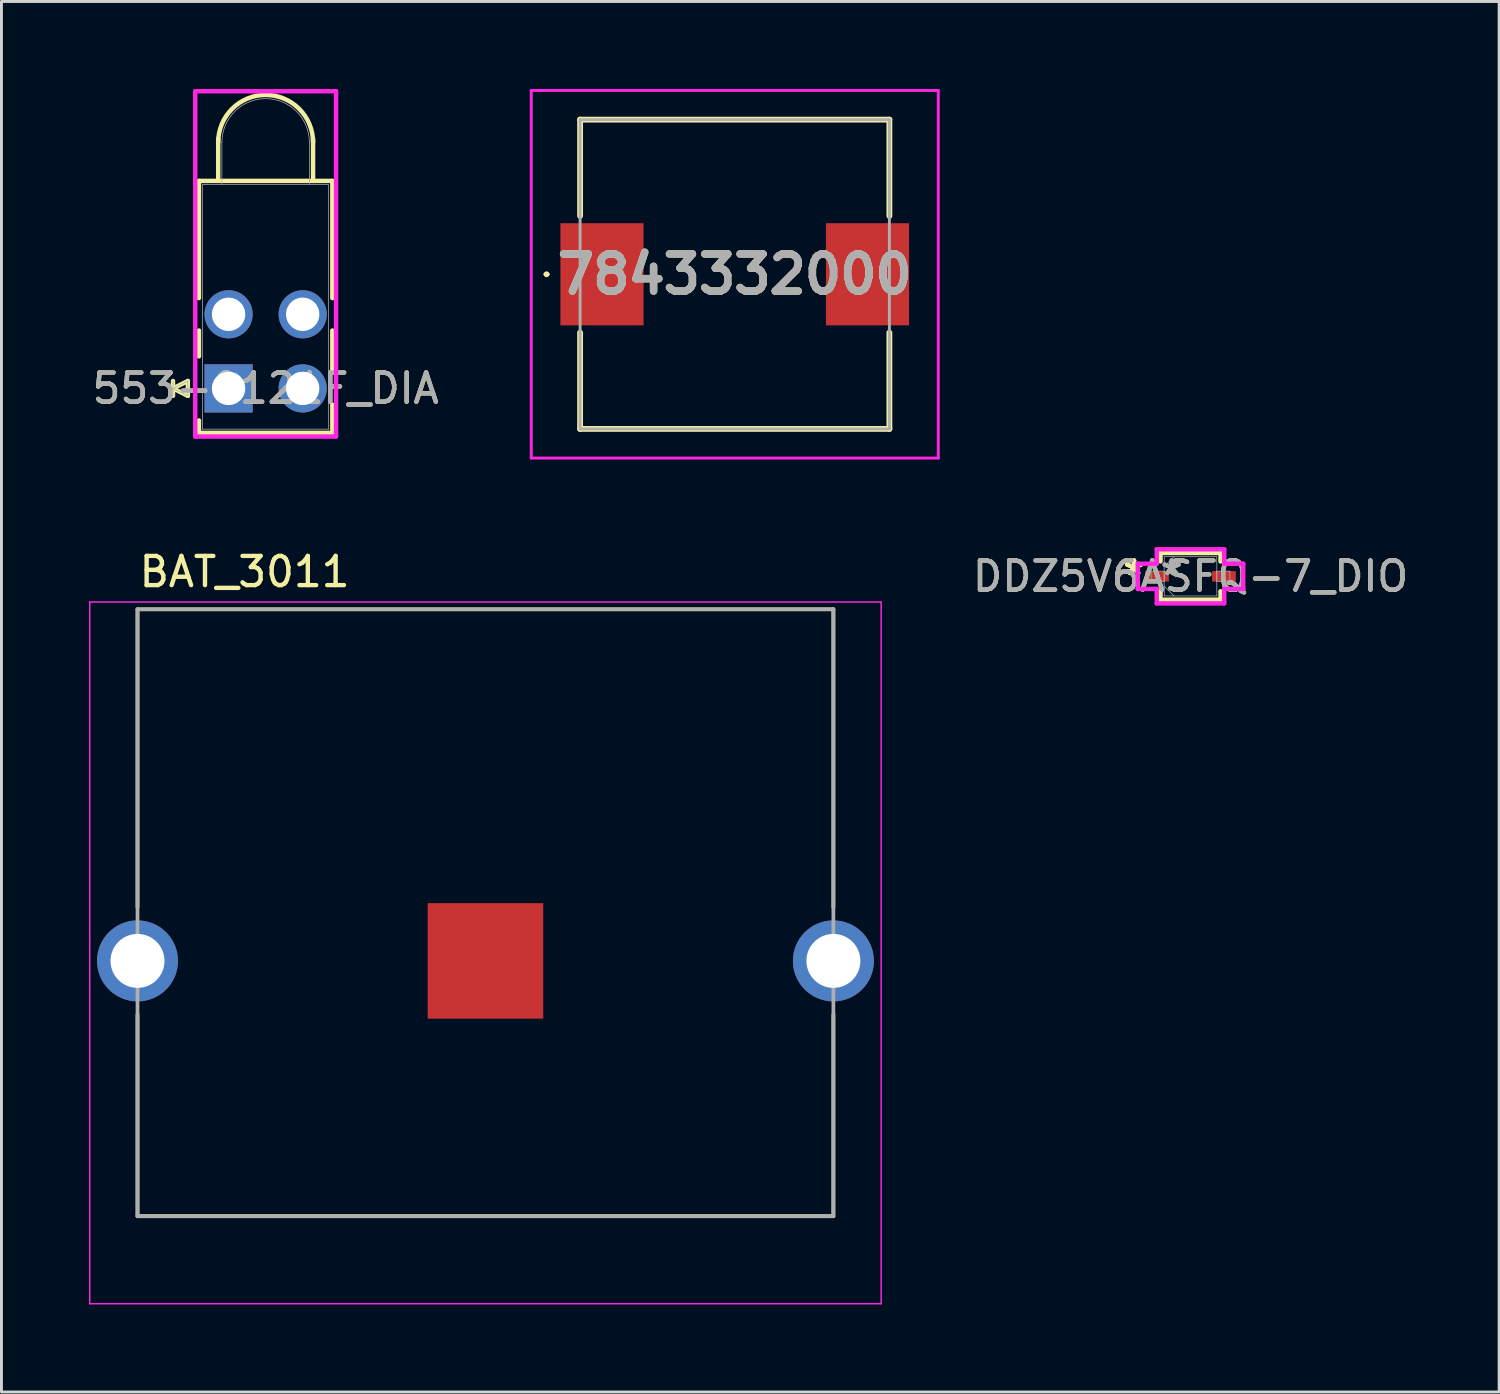
<source format=kicad_pcb>
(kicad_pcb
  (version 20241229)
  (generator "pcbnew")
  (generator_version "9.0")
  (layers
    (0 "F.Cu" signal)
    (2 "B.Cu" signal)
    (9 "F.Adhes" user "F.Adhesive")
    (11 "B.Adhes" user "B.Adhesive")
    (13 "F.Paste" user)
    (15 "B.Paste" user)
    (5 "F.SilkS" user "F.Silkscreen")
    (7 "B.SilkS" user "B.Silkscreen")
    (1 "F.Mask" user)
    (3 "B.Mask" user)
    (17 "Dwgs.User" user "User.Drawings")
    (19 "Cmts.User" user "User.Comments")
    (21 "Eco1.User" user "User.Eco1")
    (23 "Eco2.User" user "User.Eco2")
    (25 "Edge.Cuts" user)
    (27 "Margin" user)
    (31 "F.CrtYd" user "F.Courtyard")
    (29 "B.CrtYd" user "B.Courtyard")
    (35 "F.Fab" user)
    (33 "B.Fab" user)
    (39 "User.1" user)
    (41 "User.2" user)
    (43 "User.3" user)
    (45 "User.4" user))
  (footprint "DDZ5V6ASFQ-7_DIO"
    (layer "F.Cu")
    (at 37.752 16.703)
    (property "Reference" "DDZ5V6ASFQ-7_DIO" (at 0 0 0) (unlocked yes) (layer "F.SilkS") (effects (font (size 1 1) (thickness 0.15))))
    (attr smd)
    (fp_line (start -1.029 -0.8) (end -1.029 -0.511) (stroke (width 0.152) (type solid)) (layer "F.SilkS"))
    (fp_line (start -1.029 0.511) (end -1.029 0.8) (stroke (width 0.152) (type solid)) (layer "F.SilkS"))
    (fp_line (start -1.029 0.8) (end 1.029 0.8) (stroke (width 0.152) (type solid)) (layer "F.SilkS"))
    (fp_line (start 1.029 -0.8) (end -1.029 -0.8) (stroke (width 0.152) (type solid)) (layer "F.SilkS"))
    (fp_line (start 1.029 -0.511) (end 1.029 -0.8) (stroke (width 0.152) (type solid)) (layer "F.SilkS"))
    (fp_line (start 1.029 0.8) (end 1.029 0.511) (stroke (width 0.152) (type solid)) (layer "F.SilkS"))
    (fp_line (start -1.807 -0.432) (end -1.156 -0.432) (stroke (width 0.152) (type solid)) (layer "F.CrtYd"))
    (fp_line (start -1.807 0.432) (end -1.807 -0.432) (stroke (width 0.152) (type solid)) (layer "F.CrtYd"))
    (fp_line (start -1.156 -0.927) (end 1.156 -0.927) (stroke (width 0.152) (type solid)) (layer "F.CrtYd"))
    (fp_line (start -1.156 -0.432) (end -1.156 -0.927) (stroke (width 0.152) (type solid)) (layer "F.CrtYd"))
    (fp_line (start -1.156 0.432) (end -1.807 0.432) (stroke (width 0.152) (type solid)) (layer "F.CrtYd"))
    (fp_line (start -1.156 0.927) (end -1.156 0.432) (stroke (width 0.152) (type solid)) (layer "F.CrtYd"))
    (fp_line (start 1.156 -0.927) (end 1.156 -0.432) (stroke (width 0.152) (type solid)) (layer "F.CrtYd"))
    (fp_line (start 1.156 -0.432) (end 1.807 -0.432) (stroke (width 0.152) (type solid)) (layer "F.CrtYd"))
    (fp_line (start 1.156 0.432) (end 1.156 0.927) (stroke (width 0.152) (type solid)) (layer "F.CrtYd"))
    (fp_line (start 1.156 0.927) (end -1.156 0.927) (stroke (width 0.152) (type solid)) (layer "F.CrtYd"))
    (fp_line (start 1.807 -0.432) (end 1.807 0.432) (stroke (width 0.152) (type solid)) (layer "F.CrtYd"))
    (fp_line (start 1.807 0.432) (end 1.156 0.432) (stroke (width 0.152) (type solid)) (layer "F.CrtYd"))
    (fp_line (start -1.35 -0.178) (end -1.35 0.178) (stroke (width 0.025) (type solid)) (layer "F.Fab"))
    (fp_line (start -1.35 0.178) (end -0.902 0.178) (stroke (width 0.025) (type solid)) (layer "F.Fab"))
    (fp_line (start -0.902 -0.673) (end -0.902 0.673) (stroke (width 0.025) (type solid)) (layer "F.Fab"))
    (fp_line (start -0.902 -0.337) (end -0.565 -0.673) (stroke (width 0.025) (type solid)) (layer "F.Fab"))
    (fp_line (start -0.902 -0.178) (end -1.35 -0.178) (stroke (width 0.025) (type solid)) (layer "F.Fab"))
    (fp_line (start -0.902 0.178) (end -0.902 -0.178) (stroke (width 0.025) (type solid)) (layer "F.Fab"))
    (fp_line (start -0.902 0.337) (end -0.565 0.673) (stroke (width 0.025) (type solid)) (layer "F.Fab"))
    (fp_line (start -0.902 0.673) (end 0.902 0.673) (stroke (width 0.025) (type solid)) (layer "F.Fab"))
    (fp_line (start 0.902 -0.673) (end -0.902 -0.673) (stroke (width 0.025) (type solid)) (layer "F.Fab"))
    (fp_line (start 0.902 -0.178) (end 0.902 0.178) (stroke (width 0.025) (type solid)) (layer "F.Fab"))
    (fp_line (start 0.902 0.178) (end 1.35 0.178) (stroke (width 0.025) (type solid)) (layer "F.Fab"))
    (fp_line (start 0.902 0.673) (end 0.902 -0.673) (stroke (width 0.025) (type solid)) (layer "F.Fab"))
    (fp_line (start 1.35 -0.178) (end 0.902 -0.178) (stroke (width 0.025) (type solid)) (layer "F.Fab"))
    (fp_line (start 1.35 0.178) (end 1.35 -0.178) (stroke (width 0.025) (type solid)) (layer "F.Fab"))
    (fp_text user "*" (at -1.934 0 0) (unlocked yes) (layer "F.SilkS") (effects (font (size 1 1) (thickness 0.15))))
    (fp_text user "*" (at -1.934 0 0) (layer "F.SilkS") (effects (font (size 1 1) (thickness 0.15))))
    (fp_text user "*" (at -0.648 0 0) (layer "F.Fab") (effects (font (size 1 1) (thickness 0.15))))
    (fp_text user "*" (at -0.648 0 0) (unlocked yes) (layer "F.Fab") (effects (font (size 1 1) (thickness 0.15))))
    (fp_text user "${REFERENCE}" (at 0 0 0) (unlocked yes) (layer "F.Fab") (effects (font (size 1 1) (thickness 0.15))))
    (pad "1" smd rect (at -1.147 0) (size 0.813 0.356) (layers "F.Cu" "F.Mask" "F.Paste"))
    (pad "2" smd rect (at 1.147 0) (size 0.813 0.356) (layers "F.Cu" "F.Mask" "F.Paste"))
    (zone (net_name "") (layer "F.Cu") (hatch full 0.508) (connect_pads) (min_thickness 0.254) (filled_areas_thickness no) (keepout (tracks not_allowed) (vias not_allowed) (pads allowed) (copperpour not_allowed) (footprints allowed)) (placement (enabled no)) (fill) (polygon (pts (xy 37.063 16.081) (xy 38.442 16.081) (xy 38.442 17.326) (xy 37.063 17.326)))))
  (footprint "7843332000"
    (layer "F.Cu")
    (at 22.132 6.35)
    (property "Reference" "7843332000" (at 0 0 0) (layer "F.SilkS") (effects (font (size 1.27 1.27) (thickness 0.254))))
    (attr smd)
    (fp_line (start -6.5 0) (end -6.5 0) (stroke (width 0.1) (type solid)) (layer "F.SilkS"))
    (fp_line (start -6.4 0) (end -6.4 0) (stroke (width 0.1) (type solid)) (layer "F.SilkS"))
    (fp_line (start -5.3 -5.3) (end -5.3 -2) (stroke (width 0.2) (type solid)) (layer "F.SilkS"))
    (fp_line (start -5.3 2) (end -5.3 5.3) (stroke (width 0.2) (type solid)) (layer "F.SilkS"))
    (fp_line (start -5.3 5.3) (end 5.3 5.3) (stroke (width 0.2) (type solid)) (layer "F.SilkS"))
    (fp_line (start 5.3 -5.3) (end -5.3 -5.3) (stroke (width 0.2) (type solid)) (layer "F.SilkS"))
    (fp_line (start 5.3 -2) (end 5.3 -5.3) (stroke (width 0.2) (type solid)) (layer "F.SilkS"))
    (fp_line (start 5.3 5.3) (end 5.3 2) (stroke (width 0.2) (type solid)) (layer "F.SilkS"))
    (fp_arc (start -6.5 0) (mid -6.45 -0.05) (end -6.4 0) (stroke (width 0.1) (type solid)) (layer "F.SilkS"))
    (fp_arc (start -6.4 0) (mid -6.45 0.05) (end -6.5 0) (stroke (width 0.1) (type solid)) (layer "F.SilkS"))
    (fp_line (start -6.975 -6.3) (end 6.975 -6.3) (stroke (width 0.1) (type solid)) (layer "F.CrtYd"))
    (fp_line (start -6.975 6.3) (end -6.975 -6.3) (stroke (width 0.1) (type solid)) (layer "F.CrtYd"))
    (fp_line (start 6.975 -6.3) (end 6.975 6.3) (stroke (width 0.1) (type solid)) (layer "F.CrtYd"))
    (fp_line (start 6.975 6.3) (end -6.975 6.3) (stroke (width 0.1) (type solid)) (layer "F.CrtYd"))
    (fp_line (start -5.3 -5.3) (end -5.3 5.3) (stroke (width 0.1) (type solid)) (layer "F.Fab"))
    (fp_line (start -5.3 5.3) (end 5.3 5.3) (stroke (width 0.1) (type solid)) (layer "F.Fab"))
    (fp_line (start 5.3 -5.3) (end -5.3 -5.3) (stroke (width 0.1) (type solid)) (layer "F.Fab"))
    (fp_line (start 5.3 5.3) (end 5.3 -5.3) (stroke (width 0.1) (type solid)) (layer "F.Fab"))
    (fp_text user "${REFERENCE}" (at 0 0 0) (layer "F.Fab") (effects (font (size 1.27 1.27) (thickness 0.254))))
    (pad "1" smd rect (at -4.55 0) (size 2.85 3.5) (layers "F.Cu" "F.Mask" "F.Paste"))
    (pad "2" smd rect (at 4.55 0) (size 2.85 3.5) (layers "F.Cu" "F.Mask" "F.Paste")))
  (footprint "553-0121F_DIA"
    (layer "F.Cu")
    (at 4.784 10.262)
    (property "Reference" "553-0121F_DIA" (at 1.27 0 0) (unlocked yes) (layer "F.SilkS") (effects (font (size 1 1) (thickness 0.15))))
    (attr through_hole)
    (fp_line (start -1.905 -0.254) (end -1.905 0.254) (stroke (width 0.152) (type solid)) (layer "F.SilkS"))
    (fp_line (start -1.397 -0.254) (end -1.905 0) (stroke (width 0.152) (type solid)) (layer "F.SilkS"))
    (fp_line (start -1.397 -0.254) (end -1.397 0.254) (stroke (width 0.152) (type solid)) (layer "F.SilkS"))
    (fp_line (start -1.397 0.254) (end -1.905 0) (stroke (width 0.152) (type solid)) (layer "F.SilkS"))
    (fp_line (start -1.016 -7.112) (end -1.016 -3.096) (stroke (width 0.152) (type solid)) (layer "F.SilkS"))
    (fp_line (start -1.016 -1.984) (end -1.016 -1.098) (stroke (width 0.152) (type solid)) (layer "F.SilkS"))
    (fp_line (start -1.016 1.098) (end -1.016 1.524) (stroke (width 0.152) (type solid)) (layer "F.SilkS"))
    (fp_line (start -1.016 1.524) (end 3.556 1.524) (stroke (width 0.152) (type solid)) (layer "F.SilkS"))
    (fp_line (start -0.356 -7.112) (end -0.356 -8.56) (stroke (width 0.152) (type solid)) (layer "F.SilkS"))
    (fp_line (start 2.896 -7.112) (end 2.896 -8.56) (stroke (width 0.152) (type solid)) (layer "F.SilkS"))
    (fp_line (start 3.556 -7.112) (end -1.016 -7.112) (stroke (width 0.152) (type solid)) (layer "F.SilkS"))
    (fp_line (start 3.556 -3.096) (end 3.556 -7.112) (stroke (width 0.152) (type solid)) (layer "F.SilkS"))
    (fp_line (start 3.556 -0.556) (end 3.556 -1.984) (stroke (width 0.152) (type solid)) (layer "F.SilkS"))
    (fp_line (start 3.556 1.524) (end 3.556 0.556) (stroke (width 0.152) (type solid)) (layer "F.SilkS"))
    (fp_arc (start -0.3556 -8.4328) (mid 1.27 -10.0584) (end 2.8956 -8.4328) (stroke (width 0.1524) (type solid)) (layer "F.SilkS"))
    (fp_line (start -1.143 -10.185) (end -1.143 1.651) (stroke (width 0.152) (type solid)) (layer "F.CrtYd"))
    (fp_line (start -1.143 1.651) (end 3.683 1.651) (stroke (width 0.152) (type solid)) (layer "F.CrtYd"))
    (fp_line (start 3.683 -10.185) (end -1.143 -10.185) (stroke (width 0.152) (type solid)) (layer "F.CrtYd"))
    (fp_line (start 3.683 1.651) (end 3.683 -10.185) (stroke (width 0.152) (type solid)) (layer "F.CrtYd"))
    (fp_line (start -1.905 -0.254) (end -1.905 0.254) (stroke (width 0.025) (type solid)) (layer "F.Fab"))
    (fp_line (start -1.397 -0.254) (end -1.905 0) (stroke (width 0.025) (type solid)) (layer "F.Fab"))
    (fp_line (start -1.397 -0.254) (end -1.397 0.254) (stroke (width 0.025) (type solid)) (layer "F.Fab"))
    (fp_line (start -1.397 0.254) (end -1.905 0) (stroke (width 0.025) (type solid)) (layer "F.Fab"))
    (fp_line (start -0.889 -6.985) (end -0.889 1.397) (stroke (width 0.025) (type solid)) (layer "F.Fab"))
    (fp_line (start -0.889 1.397) (end 3.429 1.397) (stroke (width 0.025) (type solid)) (layer "F.Fab"))
    (fp_line (start -0.229 -6.985) (end -0.229 -8.433) (stroke (width 0.025) (type solid)) (layer "F.Fab"))
    (fp_line (start 2.769 -6.985) (end 2.769 -8.433) (stroke (width 0.025) (type solid)) (layer "F.Fab"))
    (fp_line (start 3.429 -6.985) (end -0.889 -6.985) (stroke (width 0.025) (type solid)) (layer "F.Fab"))
    (fp_line (start 3.429 1.397) (end 3.429 -6.985) (stroke (width 0.025) (type solid)) (layer "F.Fab"))
    (fp_arc (start -0.2286 -8.4328) (mid 1.27 -9.9314) (end 2.7686 -8.4328) (stroke (width 0.0254) (type solid)) (layer "F.Fab"))
    (fp_text user "${REFERENCE}" (at 1.27 0 0) (unlocked yes) (layer "F.Fab") (effects (font (size 1 1) (thickness 0.15))))
    (pad "1" thru_hole rect (at 0 0) (size 1.651 1.651) (drill 1.143) (layers "*.Cu" "*.Mask"))
    (pad "2" thru_hole circle (at 2.54 0) (size 1.651 1.651) (drill 1.143) (layers "*.Cu" "*.Mask"))
    (pad "3" thru_hole circle (at 0 -2.54) (size 1.651 1.651) (drill 1.143) (layers "*.Cu" "*.Mask"))
    (pad "4" thru_hole circle (at 2.54 -2.54) (size 1.651 1.651) (drill 1.143) (layers "*.Cu" "*.Mask")))
  (footprint "BAT_3011"
    (layer "F.Cu")
    (at 13.588 29.883)
    (property "Reference" "BAT_3011" (at -8.255 -13.335 0) (layer "F.SilkS") (effects (font (size 1 1) (thickness 0.15))))
    (attr through_hole)
    (fp_line (start -11.925 -12.05) (end 11.925 -12.05) (stroke (width 0.127) (type solid)) (layer "F.SilkS"))
    (fp_line (start -11.925 -1.843) (end -11.925 -12.05) (stroke (width 0.127) (type solid)) (layer "F.SilkS"))
    (fp_line (start -11.925 8.75) (end -11.925 1.843) (stroke (width 0.127) (type solid)) (layer "F.SilkS"))
    (fp_line (start 11.925 -12.05) (end 11.925 -1.843) (stroke (width 0.127) (type solid)) (layer "F.SilkS"))
    (fp_line (start 11.925 8.75) (end -11.925 8.75) (stroke (width 0.127) (type solid)) (layer "F.SilkS"))
    (fp_line (start 11.925 8.75) (end 11.925 1.843) (stroke (width 0.127) (type solid)) (layer "F.SilkS"))
    (fp_line (start -13.562 -12.3) (end -13.562 11.75) (stroke (width 0.05) (type solid)) (layer "F.CrtYd"))
    (fp_line (start -13.562 11.75) (end 13.562 11.75) (stroke (width 0.05) (type solid)) (layer "F.CrtYd"))
    (fp_line (start 13.562 -12.3) (end -13.562 -12.3) (stroke (width 0.05) (type solid)) (layer "F.CrtYd"))
    (fp_line (start 13.562 11.75) (end 13.562 -12.3) (stroke (width 0.05) (type solid)) (layer "F.CrtYd"))
    (fp_line (start -11.925 -12.05) (end 11.925 -12.05) (stroke (width 0.127) (type solid)) (layer "F.Fab"))
    (fp_line (start -11.925 8.75) (end -11.925 -12.05) (stroke (width 0.127) (type solid)) (layer "F.Fab"))
    (fp_line (start 11.925 -12.05) (end 11.925 8.75) (stroke (width 0.127) (type solid)) (layer "F.Fab"))
    (fp_line (start 11.925 8.75) (end -11.925 8.75) (stroke (width 0.127) (type solid)) (layer "F.Fab"))
    (pad "N" smd rect (at 0 0) (size 3.96 3.96) (layers "F.Cu" "F.Mask"))
    (pad "P1" thru_hole circle (at -11.925 0) (size 2.775 2.775) (drill 1.85) (layers "*.Cu" "*.Mask"))
    (pad "P2" thru_hole circle (at 11.925 0) (size 2.775 2.775) (drill 1.85) (layers "*.Cu" "*.Mask")))
  (gr_rect
    (start -3 -3)
    (end 48.33 44.658)
    (stroke (width 0.1) (type default))
    (fill no)
    (layer "Edge.Cuts")))
</source>
